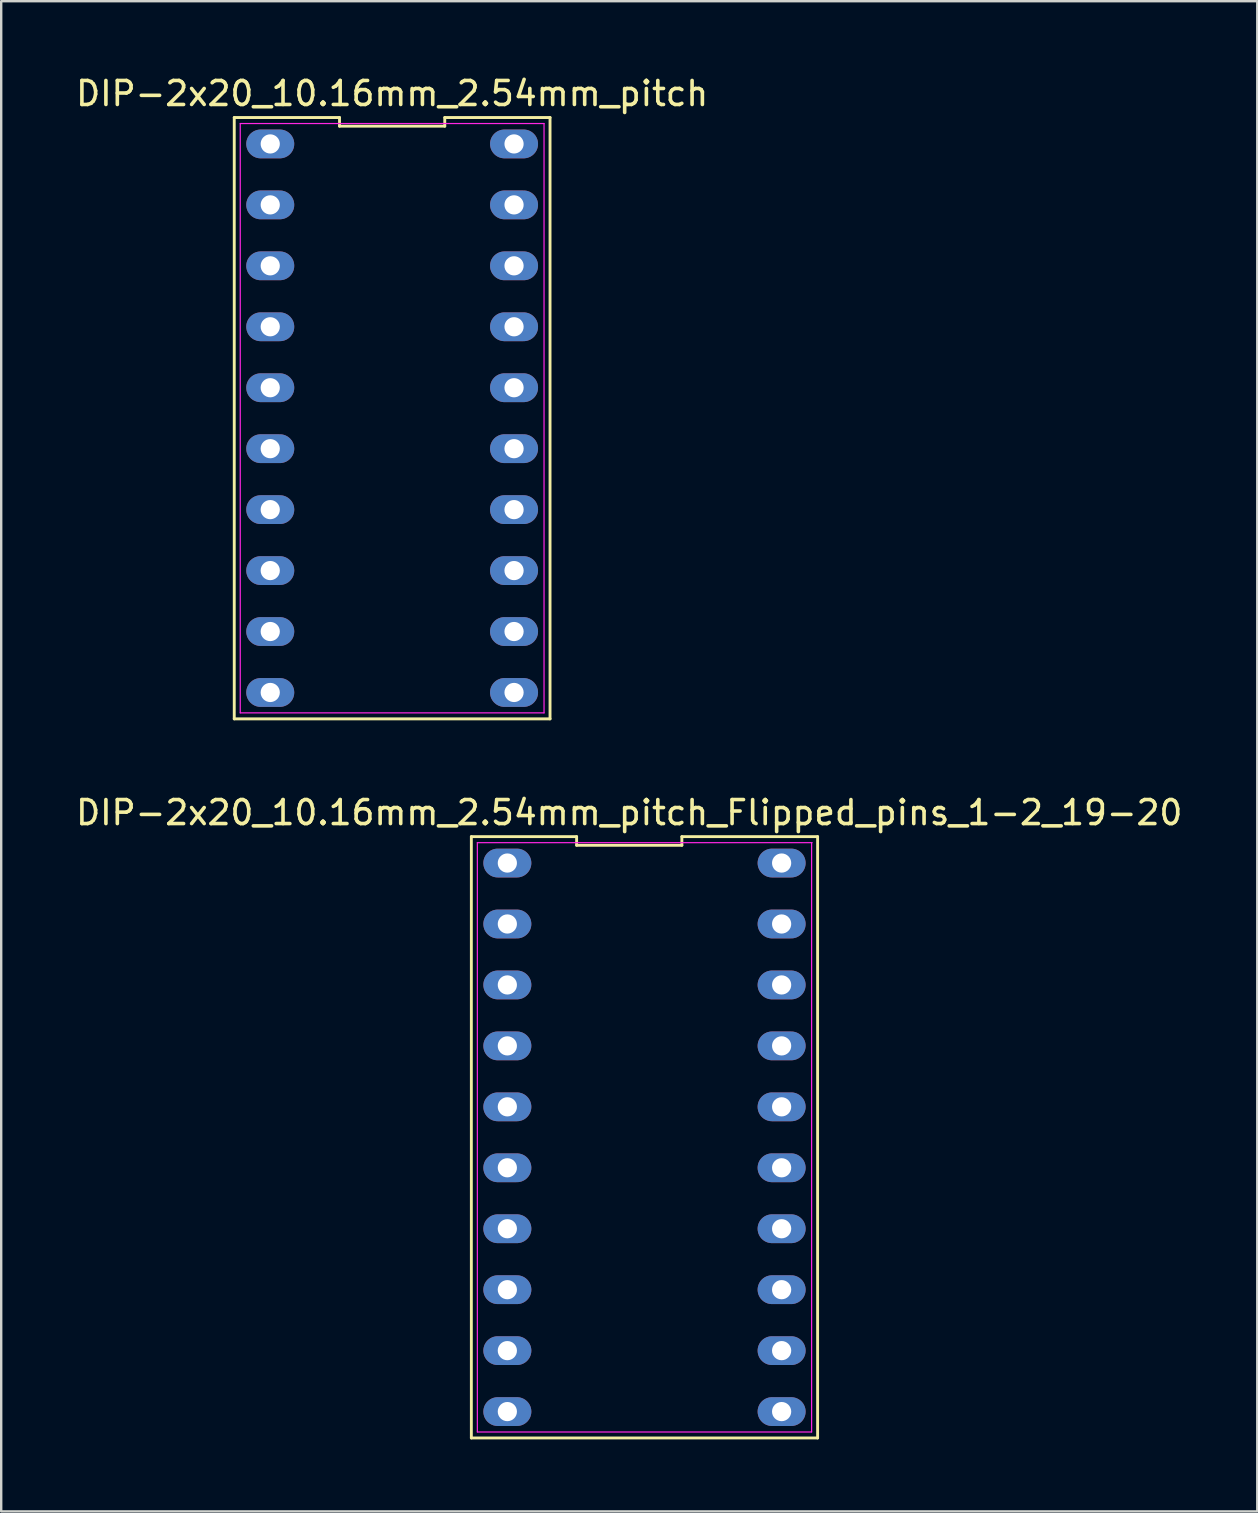
<source format=kicad_pcb>
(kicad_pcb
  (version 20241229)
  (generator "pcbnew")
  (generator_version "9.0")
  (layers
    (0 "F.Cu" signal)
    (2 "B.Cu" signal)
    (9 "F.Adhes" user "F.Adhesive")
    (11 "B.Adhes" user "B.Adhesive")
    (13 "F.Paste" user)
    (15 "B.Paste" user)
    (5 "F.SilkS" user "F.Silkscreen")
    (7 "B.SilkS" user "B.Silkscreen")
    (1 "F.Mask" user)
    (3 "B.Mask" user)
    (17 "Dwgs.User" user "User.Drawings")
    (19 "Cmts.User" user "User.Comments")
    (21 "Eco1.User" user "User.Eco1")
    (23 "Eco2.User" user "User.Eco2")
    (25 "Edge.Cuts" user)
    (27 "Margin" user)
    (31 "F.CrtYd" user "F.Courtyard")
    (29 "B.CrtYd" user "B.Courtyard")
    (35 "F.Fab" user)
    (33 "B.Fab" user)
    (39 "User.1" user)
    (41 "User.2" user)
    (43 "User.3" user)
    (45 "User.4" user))
  (footprint "DIP-2x20_10.16mm_2.54mm_pitch"
    (layer "F.Cu")
    (at 6.942 14.378)
    (property "Reference" "DIP-2x20_10.16mm_2.54mm_pitch" (at 6.35 -13.53 0) (layer "F.SilkS") (effects (font (size 1 1) (thickness 0.15))))
    (attr through_hole)
    (fp_line (start -0.23 12.53) (end 12.93 12.53) (stroke (width 0.12) (type solid)) (layer "F.SilkS"))
    (fp_line (start -0.23 -12.53) (end -0.23 12.53) (stroke (width 0.12) (type solid)) (layer "F.SilkS"))
    (fp_line (start 4.157 -12.53) (end -0.23 -12.53) (stroke (width 0.12) (type solid)) (layer "F.SilkS"))
    (fp_line (start 4.157 -12.17) (end 4.157 -12.53) (stroke (width 0.12) (type solid)) (layer "F.SilkS"))
    (fp_line (start 8.543 -12.53) (end 8.543 -12.17) (stroke (width 0.12) (type solid)) (layer "F.SilkS"))
    (fp_line (start 8.543 -12.17) (end 4.157 -12.17) (stroke (width 0.12) (type solid)) (layer "F.SilkS"))
    (fp_line (start 12.93 12.53) (end 12.93 -12.53) (stroke (width 0.12) (type solid)) (layer "F.SilkS"))
    (fp_line (start 12.93 -12.53) (end 8.543 -12.53) (stroke (width 0.12) (type solid)) (layer "F.SilkS"))
    (fp_line (start 0.02 -12.28) (end 12.68 -12.28) (stroke (width 0.05) (type solid)) (layer "F.CrtYd"))
    (fp_line (start 0.02 12.28) (end 0.02 -12.28) (stroke (width 0.05) (type solid)) (layer "F.CrtYd"))
    (fp_line (start 12.68 -12.28) (end 12.68 12.28) (stroke (width 0.05) (type solid)) (layer "F.CrtYd"))
    (fp_line (start 12.68 12.28) (end 0.02 12.28) (stroke (width 0.05) (type solid)) (layer "F.CrtYd"))
    (pad "1" thru_hole oval (at 1.27 -11.43 270) (size 1.2 2) (drill 0.8) (layers "*.Cu" "*.Mask"))
    (pad "2" thru_hole oval (at 1.27 -8.89 270) (size 1.2 2) (drill 0.8) (layers "*.Cu" "*.Mask"))
    (pad "3" thru_hole oval (at 1.27 -6.35 270) (size 1.2 2) (drill 0.8) (layers "*.Cu" "*.Mask"))
    (pad "4" thru_hole oval (at 1.27 -3.81 270) (size 1.2 2) (drill 0.8) (layers "*.Cu" "*.Mask"))
    (pad "5" thru_hole oval (at 1.27 -1.27 270) (size 1.2 2) (drill 0.8) (layers "*.Cu" "*.Mask"))
    (pad "6" thru_hole oval (at 1.27 1.27 270) (size 1.2 2) (drill 0.8) (layers "*.Cu" "*.Mask"))
    (pad "7" thru_hole oval (at 1.27 3.81 270) (size 1.2 2) (drill 0.8) (layers "*.Cu" "*.Mask"))
    (pad "8" thru_hole oval (at 1.27 6.35 270) (size 1.2 2) (drill 0.8) (layers "*.Cu" "*.Mask"))
    (pad "9" thru_hole oval (at 1.27 8.89 270) (size 1.2 2) (drill 0.8) (layers "*.Cu" "*.Mask"))
    (pad "10" thru_hole oval (at 1.27 11.43 270) (size 1.2 2) (drill 0.8) (layers "*.Cu" "*.Mask"))
    (pad "11" thru_hole oval (at 11.43 11.43 270) (size 1.2 2) (drill 0.8) (layers "*.Cu" "*.Mask"))
    (pad "12" thru_hole oval (at 11.43 8.89 270) (size 1.2 2) (drill 0.8) (layers "*.Cu" "*.Mask"))
    (pad "13" thru_hole oval (at 11.43 6.35 270) (size 1.2 2) (drill 0.8) (layers "*.Cu" "*.Mask"))
    (pad "14" thru_hole oval (at 11.43 3.81 270) (size 1.2 2) (drill 0.8) (layers "*.Cu" "*.Mask"))
    (pad "15" thru_hole oval (at 11.43 1.27 270) (size 1.2 2) (drill 0.8) (layers "*.Cu" "*.Mask"))
    (pad "16" thru_hole oval (at 11.43 -1.27 270) (size 1.2 2) (drill 0.8) (layers "*.Cu" "*.Mask"))
    (pad "17" thru_hole oval (at 11.43 -3.81 270) (size 1.2 2) (drill 0.8) (layers "*.Cu" "*.Mask"))
    (pad "18" thru_hole oval (at 11.43 -6.35 270) (size 1.2 2) (drill 0.8) (layers "*.Cu" "*.Mask"))
    (pad "19" thru_hole oval (at 11.43 -8.89 270) (size 1.2 2) (drill 0.8) (layers "*.Cu" "*.Mask"))
    (pad "20" thru_hole oval (at 11.43 -11.43 270) (size 1.2 2) (drill 0.8) (layers "*.Cu" "*.Mask")))
  (footprint "DIP-2x20_10.16mm_2.54mm_pitch_Flipped_pins_1-2_19-20"
    (layer "F.Cu")
    (at 16.823 44.346)
    (property "Reference" "DIP-2x20_10.16mm_2.54mm_pitch_Flipped_pins_1-2_19-20" (at 6.35 -13.53 0) (layer "F.SilkS") (effects (font (size 1 1) (thickness 0.15))))
    (attr through_hole)
    (fp_line (start -0.23 12.53) (end 14.2 12.53) (stroke (width 0.12) (type solid)) (layer "F.SilkS"))
    (fp_line (start -0.23 -12.53) (end -0.23 12.53) (stroke (width 0.12) (type solid)) (layer "F.SilkS"))
    (fp_line (start 4.157 -12.53) (end -0.23 -12.53) (stroke (width 0.12) (type solid)) (layer "F.SilkS"))
    (fp_line (start 4.157 -12.17) (end 4.157 -12.53) (stroke (width 0.12) (type solid)) (layer "F.SilkS"))
    (fp_line (start 8.543 -12.53) (end 8.543 -12.17) (stroke (width 0.12) (type solid)) (layer "F.SilkS"))
    (fp_line (start 8.543 -12.17) (end 4.157 -12.17) (stroke (width 0.12) (type solid)) (layer "F.SilkS"))
    (fp_line (start 14.2 12.53) (end 14.2 -12.53) (stroke (width 0.12) (type solid)) (layer "F.SilkS"))
    (fp_line (start 14.2 -12.53) (end 8.543 -12.53) (stroke (width 0.12) (type solid)) (layer "F.SilkS"))
    (fp_line (start 0.02 -12.28) (end 13.97 -12.28) (stroke (width 0.05) (type solid)) (layer "F.CrtYd"))
    (fp_line (start 0.02 12.28) (end 0.02 -12.28) (stroke (width 0.05) (type solid)) (layer "F.CrtYd"))
    (fp_line (start 13.95 -12.28) (end 13.95 12.28) (stroke (width 0.05) (type solid)) (layer "F.CrtYd"))
    (fp_line (start 13.95 12.28) (end 0.02 12.28) (stroke (width 0.05) (type solid)) (layer "F.CrtYd"))
    (pad "1" thru_hole oval (at 1.27 -8.89 270) (size 1.2 2) (drill 0.8) (layers "*.Cu" "*.Mask"))
    (pad "2" thru_hole oval (at 1.27 -11.43 270) (size 1.2 2) (drill 0.8) (layers "*.Cu" "*.Mask"))
    (pad "3" thru_hole oval (at 1.27 -6.35 270) (size 1.2 2) (drill 0.8) (layers "*.Cu" "*.Mask"))
    (pad "4" thru_hole oval (at 1.27 -3.81 270) (size 1.2 2) (drill 0.8) (layers "*.Cu" "*.Mask"))
    (pad "5" thru_hole oval (at 1.27 -1.27 270) (size 1.2 2) (drill 0.8) (layers "*.Cu" "*.Mask"))
    (pad "6" thru_hole oval (at 1.27 1.27 270) (size 1.2 2) (drill 0.8) (layers "*.Cu" "*.Mask"))
    (pad "7" thru_hole oval (at 1.27 3.81 270) (size 1.2 2) (drill 0.8) (layers "*.Cu" "*.Mask"))
    (pad "8" thru_hole oval (at 1.27 6.35 270) (size 1.2 2) (drill 0.8) (layers "*.Cu" "*.Mask"))
    (pad "9" thru_hole oval (at 1.27 8.89 270) (size 1.2 2) (drill 0.8) (layers "*.Cu" "*.Mask"))
    (pad "10" thru_hole oval (at 1.27 11.43 270) (size 1.2 2) (drill 0.8) (layers "*.Cu" "*.Mask"))
    (pad "11" thru_hole oval (at 12.7 11.43 270) (size 1.2 2) (drill 0.8) (layers "*.Cu" "*.Mask"))
    (pad "12" thru_hole oval (at 12.7 8.89 270) (size 1.2 2) (drill 0.8) (layers "*.Cu" "*.Mask"))
    (pad "13" thru_hole oval (at 12.7 6.35 270) (size 1.2 2) (drill 0.8) (layers "*.Cu" "*.Mask"))
    (pad "14" thru_hole oval (at 12.7 3.81 270) (size 1.2 2) (drill 0.8) (layers "*.Cu" "*.Mask"))
    (pad "15" thru_hole oval (at 12.7 1.27 270) (size 1.2 2) (drill 0.8) (layers "*.Cu" "*.Mask"))
    (pad "16" thru_hole oval (at 12.7 -1.27 270) (size 1.2 2) (drill 0.8) (layers "*.Cu" "*.Mask"))
    (pad "17" thru_hole oval (at 12.7 -3.81 270) (size 1.2 2) (drill 0.8) (layers "*.Cu" "*.Mask"))
    (pad "18" thru_hole oval (at 12.7 -6.35 270) (size 1.2 2) (drill 0.8) (layers "*.Cu" "*.Mask"))
    (pad "19" thru_hole oval (at 12.7 -11.43 270) (size 1.2 2) (drill 0.8) (layers "*.Cu" "*.Mask"))
    (pad "20" thru_hole oval (at 12.7 -8.89 270) (size 1.2 2) (drill 0.8) (layers "*.Cu" "*.Mask")))
  (gr_rect
    (start -3 -3)
    (end 49.345 59.937)
    (stroke (width 0.1) (type default))
    (fill no)
    (layer "Edge.Cuts")))
</source>
